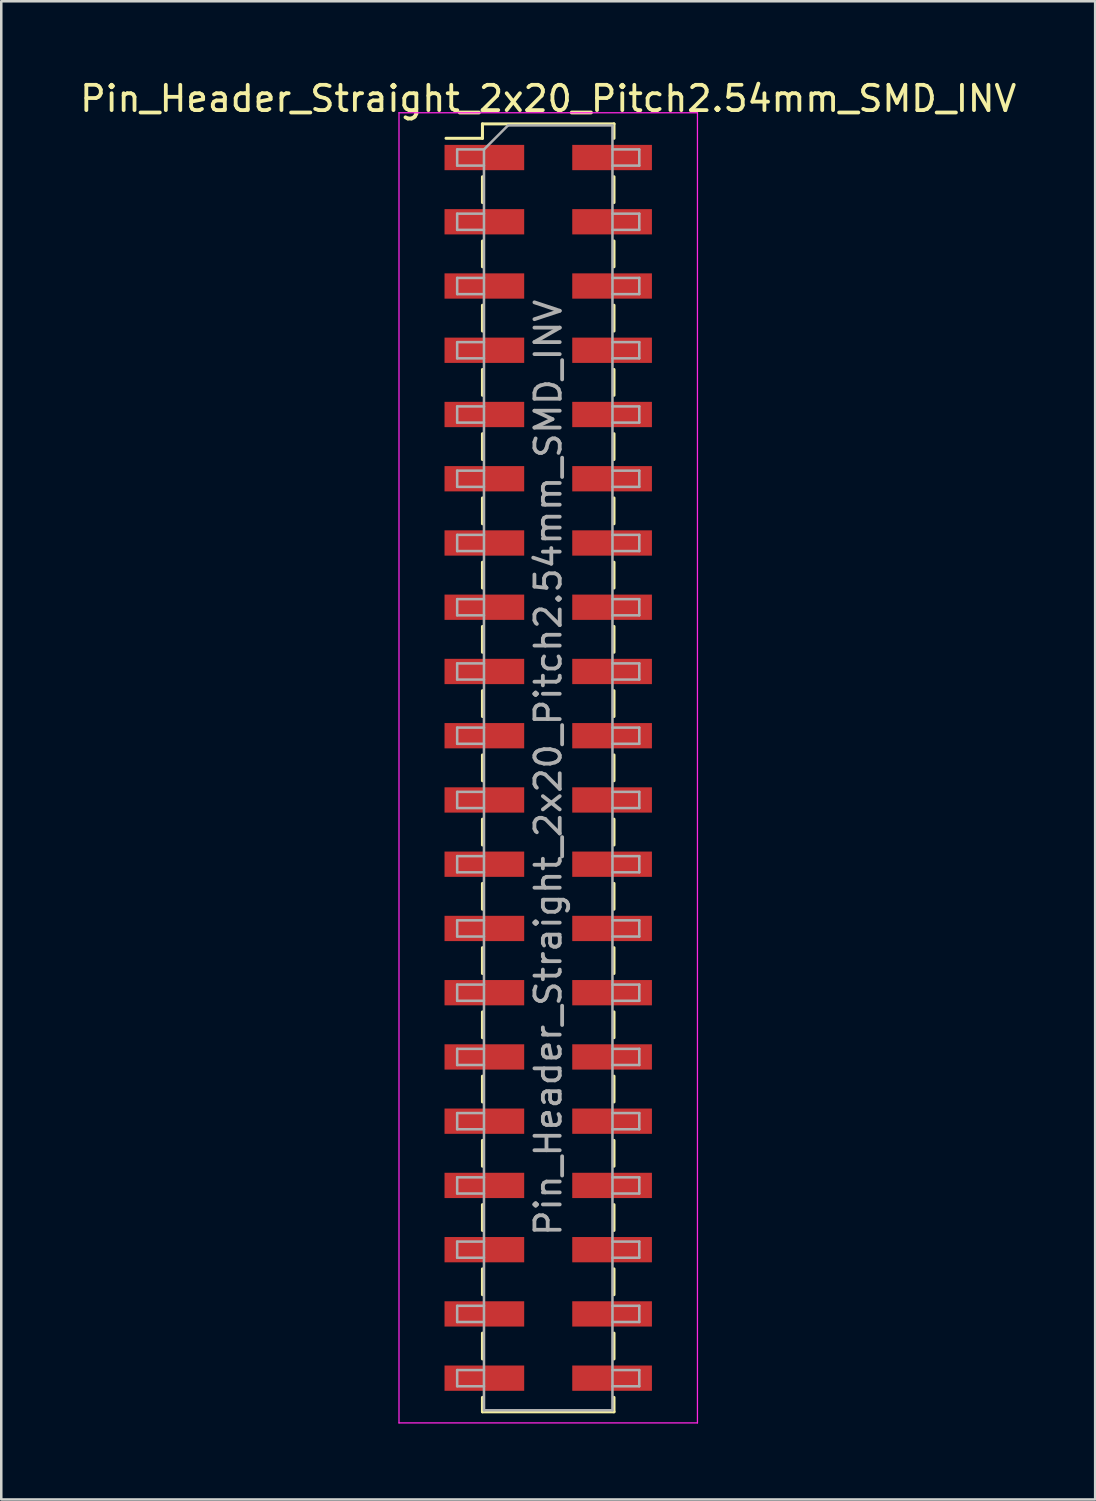
<source format=kicad_pcb>
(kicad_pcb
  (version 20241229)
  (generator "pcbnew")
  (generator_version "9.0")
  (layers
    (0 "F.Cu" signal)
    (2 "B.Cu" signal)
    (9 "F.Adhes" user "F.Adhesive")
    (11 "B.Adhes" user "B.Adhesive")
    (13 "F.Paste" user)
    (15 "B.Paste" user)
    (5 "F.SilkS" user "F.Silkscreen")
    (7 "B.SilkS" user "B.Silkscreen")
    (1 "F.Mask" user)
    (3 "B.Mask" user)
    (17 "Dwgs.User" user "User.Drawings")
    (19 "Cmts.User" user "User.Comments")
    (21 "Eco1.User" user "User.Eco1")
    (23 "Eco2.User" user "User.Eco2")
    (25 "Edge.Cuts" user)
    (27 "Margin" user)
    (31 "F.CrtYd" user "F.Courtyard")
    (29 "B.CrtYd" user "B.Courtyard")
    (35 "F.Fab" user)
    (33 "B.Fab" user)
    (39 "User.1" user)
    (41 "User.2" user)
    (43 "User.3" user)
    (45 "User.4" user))
  (footprint "Pin_Header_Straight_2x20_Pitch2.54mm_SMD_INV"
    (layer "F.Cu")
    (at 18.625 27.308)
    (property "Reference" "Pin_Header_Straight_2x20_Pitch2.54mm_SMD_INV" (at 0 -26.46 0) (layer "F.SilkS") (effects (font (size 1 1) (thickness 0.15))))
    (attr smd)
    (fp_line (start -4.04 -24.89) (end -2.6 -24.89) (stroke (width 0.12) (type solid)) (layer "F.SilkS"))
    (fp_line (start -2.6 -25.46) (end -2.6 -24.89) (stroke (width 0.12) (type solid)) (layer "F.SilkS"))
    (fp_line (start -2.6 -25.46) (end 2.6 -25.46) (stroke (width 0.12) (type solid)) (layer "F.SilkS"))
    (fp_line (start -2.6 -23.37) (end -2.6 -22.35) (stroke (width 0.12) (type solid)) (layer "F.SilkS"))
    (fp_line (start -2.6 -20.83) (end -2.6 -19.81) (stroke (width 0.12) (type solid)) (layer "F.SilkS"))
    (fp_line (start -2.6 -18.29) (end -2.6 -17.27) (stroke (width 0.12) (type solid)) (layer "F.SilkS"))
    (fp_line (start -2.6 -15.75) (end -2.6 -14.73) (stroke (width 0.12) (type solid)) (layer "F.SilkS"))
    (fp_line (start -2.6 -13.21) (end -2.6 -12.19) (stroke (width 0.12) (type solid)) (layer "F.SilkS"))
    (fp_line (start -2.6 -10.67) (end -2.6 -9.65) (stroke (width 0.12) (type solid)) (layer "F.SilkS"))
    (fp_line (start -2.6 -8.13) (end -2.6 -7.11) (stroke (width 0.12) (type solid)) (layer "F.SilkS"))
    (fp_line (start -2.6 -5.59) (end -2.6 -4.57) (stroke (width 0.12) (type solid)) (layer "F.SilkS"))
    (fp_line (start -2.6 -3.05) (end -2.6 -2.03) (stroke (width 0.12) (type solid)) (layer "F.SilkS"))
    (fp_line (start -2.6 -0.51) (end -2.6 0.51) (stroke (width 0.12) (type solid)) (layer "F.SilkS"))
    (fp_line (start -2.6 2.03) (end -2.6 3.05) (stroke (width 0.12) (type solid)) (layer "F.SilkS"))
    (fp_line (start -2.6 4.57) (end -2.6 5.59) (stroke (width 0.12) (type solid)) (layer "F.SilkS"))
    (fp_line (start -2.6 7.11) (end -2.6 8.13) (stroke (width 0.12) (type solid)) (layer "F.SilkS"))
    (fp_line (start -2.6 9.65) (end -2.6 10.67) (stroke (width 0.12) (type solid)) (layer "F.SilkS"))
    (fp_line (start -2.6 12.19) (end -2.6 13.21) (stroke (width 0.12) (type solid)) (layer "F.SilkS"))
    (fp_line (start -2.6 14.73) (end -2.6 15.75) (stroke (width 0.12) (type solid)) (layer "F.SilkS"))
    (fp_line (start -2.6 17.27) (end -2.6 18.29) (stroke (width 0.12) (type solid)) (layer "F.SilkS"))
    (fp_line (start -2.6 19.81) (end -2.6 20.83) (stroke (width 0.12) (type solid)) (layer "F.SilkS"))
    (fp_line (start -2.6 22.35) (end -2.6 23.37) (stroke (width 0.12) (type solid)) (layer "F.SilkS"))
    (fp_line (start -2.6 24.89) (end -2.6 25.46) (stroke (width 0.12) (type solid)) (layer "F.SilkS"))
    (fp_line (start -2.6 25.46) (end 2.6 25.46) (stroke (width 0.12) (type solid)) (layer "F.SilkS"))
    (fp_line (start 2.6 -25.46) (end 2.6 -24.89) (stroke (width 0.12) (type solid)) (layer "F.SilkS"))
    (fp_line (start 2.6 -23.37) (end 2.6 -22.35) (stroke (width 0.12) (type solid)) (layer "F.SilkS"))
    (fp_line (start 2.6 -20.83) (end 2.6 -19.81) (stroke (width 0.12) (type solid)) (layer "F.SilkS"))
    (fp_line (start 2.6 -18.29) (end 2.6 -17.27) (stroke (width 0.12) (type solid)) (layer "F.SilkS"))
    (fp_line (start 2.6 -15.75) (end 2.6 -14.73) (stroke (width 0.12) (type solid)) (layer "F.SilkS"))
    (fp_line (start 2.6 -13.21) (end 2.6 -12.19) (stroke (width 0.12) (type solid)) (layer "F.SilkS"))
    (fp_line (start 2.6 -10.67) (end 2.6 -9.65) (stroke (width 0.12) (type solid)) (layer "F.SilkS"))
    (fp_line (start 2.6 -8.13) (end 2.6 -7.11) (stroke (width 0.12) (type solid)) (layer "F.SilkS"))
    (fp_line (start 2.6 -5.59) (end 2.6 -4.57) (stroke (width 0.12) (type solid)) (layer "F.SilkS"))
    (fp_line (start 2.6 -3.05) (end 2.6 -2.03) (stroke (width 0.12) (type solid)) (layer "F.SilkS"))
    (fp_line (start 2.6 -0.51) (end 2.6 0.51) (stroke (width 0.12) (type solid)) (layer "F.SilkS"))
    (fp_line (start 2.6 2.03) (end 2.6 3.05) (stroke (width 0.12) (type solid)) (layer "F.SilkS"))
    (fp_line (start 2.6 4.57) (end 2.6 5.59) (stroke (width 0.12) (type solid)) (layer "F.SilkS"))
    (fp_line (start 2.6 7.11) (end 2.6 8.13) (stroke (width 0.12) (type solid)) (layer "F.SilkS"))
    (fp_line (start 2.6 9.65) (end 2.6 10.67) (stroke (width 0.12) (type solid)) (layer "F.SilkS"))
    (fp_line (start 2.6 12.19) (end 2.6 13.21) (stroke (width 0.12) (type solid)) (layer "F.SilkS"))
    (fp_line (start 2.6 14.73) (end 2.6 15.75) (stroke (width 0.12) (type solid)) (layer "F.SilkS"))
    (fp_line (start 2.6 17.27) (end 2.6 18.29) (stroke (width 0.12) (type solid)) (layer "F.SilkS"))
    (fp_line (start 2.6 19.81) (end 2.6 20.83) (stroke (width 0.12) (type solid)) (layer "F.SilkS"))
    (fp_line (start 2.6 22.35) (end 2.6 23.37) (stroke (width 0.12) (type solid)) (layer "F.SilkS"))
    (fp_line (start 2.6 24.89) (end 2.6 25.46) (stroke (width 0.12) (type solid)) (layer "F.SilkS"))
    (fp_line (start -5.9 -25.9) (end -5.9 25.9) (stroke (width 0.05) (type solid)) (layer "F.CrtYd"))
    (fp_line (start -5.9 25.9) (end 5.9 25.9) (stroke (width 0.05) (type solid)) (layer "F.CrtYd"))
    (fp_line (start 5.9 -25.9) (end -5.9 -25.9) (stroke (width 0.05) (type solid)) (layer "F.CrtYd"))
    (fp_line (start 5.9 25.9) (end 5.9 -25.9) (stroke (width 0.05) (type solid)) (layer "F.CrtYd"))
    (fp_line (start -3.6 -24.45) (end -3.6 -23.81) (stroke (width 0.1) (type solid)) (layer "F.Fab"))
    (fp_line (start -3.6 -23.81) (end -2.54 -23.81) (stroke (width 0.1) (type solid)) (layer "F.Fab"))
    (fp_line (start -3.6 -21.91) (end -3.6 -21.27) (stroke (width 0.1) (type solid)) (layer "F.Fab"))
    (fp_line (start -3.6 -21.27) (end -2.54 -21.27) (stroke (width 0.1) (type solid)) (layer "F.Fab"))
    (fp_line (start -3.6 -19.37) (end -3.6 -18.73) (stroke (width 0.1) (type solid)) (layer "F.Fab"))
    (fp_line (start -3.6 -18.73) (end -2.54 -18.73) (stroke (width 0.1) (type solid)) (layer "F.Fab"))
    (fp_line (start -3.6 -16.83) (end -3.6 -16.19) (stroke (width 0.1) (type solid)) (layer "F.Fab"))
    (fp_line (start -3.6 -16.19) (end -2.54 -16.19) (stroke (width 0.1) (type solid)) (layer "F.Fab"))
    (fp_line (start -3.6 -14.29) (end -3.6 -13.65) (stroke (width 0.1) (type solid)) (layer "F.Fab"))
    (fp_line (start -3.6 -13.65) (end -2.54 -13.65) (stroke (width 0.1) (type solid)) (layer "F.Fab"))
    (fp_line (start -3.6 -11.75) (end -3.6 -11.11) (stroke (width 0.1) (type solid)) (layer "F.Fab"))
    (fp_line (start -3.6 -11.11) (end -2.54 -11.11) (stroke (width 0.1) (type solid)) (layer "F.Fab"))
    (fp_line (start -3.6 -9.21) (end -3.6 -8.57) (stroke (width 0.1) (type solid)) (layer "F.Fab"))
    (fp_line (start -3.6 -8.57) (end -2.54 -8.57) (stroke (width 0.1) (type solid)) (layer "F.Fab"))
    (fp_line (start -3.6 -6.67) (end -3.6 -6.03) (stroke (width 0.1) (type solid)) (layer "F.Fab"))
    (fp_line (start -3.6 -6.03) (end -2.54 -6.03) (stroke (width 0.1) (type solid)) (layer "F.Fab"))
    (fp_line (start -3.6 -4.13) (end -3.6 -3.49) (stroke (width 0.1) (type solid)) (layer "F.Fab"))
    (fp_line (start -3.6 -3.49) (end -2.54 -3.49) (stroke (width 0.1) (type solid)) (layer "F.Fab"))
    (fp_line (start -3.6 -1.59) (end -3.6 -0.95) (stroke (width 0.1) (type solid)) (layer "F.Fab"))
    (fp_line (start -3.6 -0.95) (end -2.54 -0.95) (stroke (width 0.1) (type solid)) (layer "F.Fab"))
    (fp_line (start -3.6 0.95) (end -3.6 1.59) (stroke (width 0.1) (type solid)) (layer "F.Fab"))
    (fp_line (start -3.6 1.59) (end -2.54 1.59) (stroke (width 0.1) (type solid)) (layer "F.Fab"))
    (fp_line (start -3.6 3.49) (end -3.6 4.13) (stroke (width 0.1) (type solid)) (layer "F.Fab"))
    (fp_line (start -3.6 4.13) (end -2.54 4.13) (stroke (width 0.1) (type solid)) (layer "F.Fab"))
    (fp_line (start -3.6 6.03) (end -3.6 6.67) (stroke (width 0.1) (type solid)) (layer "F.Fab"))
    (fp_line (start -3.6 6.67) (end -2.54 6.67) (stroke (width 0.1) (type solid)) (layer "F.Fab"))
    (fp_line (start -3.6 8.57) (end -3.6 9.21) (stroke (width 0.1) (type solid)) (layer "F.Fab"))
    (fp_line (start -3.6 9.21) (end -2.54 9.21) (stroke (width 0.1) (type solid)) (layer "F.Fab"))
    (fp_line (start -3.6 11.11) (end -3.6 11.75) (stroke (width 0.1) (type solid)) (layer "F.Fab"))
    (fp_line (start -3.6 11.75) (end -2.54 11.75) (stroke (width 0.1) (type solid)) (layer "F.Fab"))
    (fp_line (start -3.6 13.65) (end -3.6 14.29) (stroke (width 0.1) (type solid)) (layer "F.Fab"))
    (fp_line (start -3.6 14.29) (end -2.54 14.29) (stroke (width 0.1) (type solid)) (layer "F.Fab"))
    (fp_line (start -3.6 16.19) (end -3.6 16.83) (stroke (width 0.1) (type solid)) (layer "F.Fab"))
    (fp_line (start -3.6 16.83) (end -2.54 16.83) (stroke (width 0.1) (type solid)) (layer "F.Fab"))
    (fp_line (start -3.6 18.73) (end -3.6 19.37) (stroke (width 0.1) (type solid)) (layer "F.Fab"))
    (fp_line (start -3.6 19.37) (end -2.54 19.37) (stroke (width 0.1) (type solid)) (layer "F.Fab"))
    (fp_line (start -3.6 21.27) (end -3.6 21.91) (stroke (width 0.1) (type solid)) (layer "F.Fab"))
    (fp_line (start -3.6 21.91) (end -2.54 21.91) (stroke (width 0.1) (type solid)) (layer "F.Fab"))
    (fp_line (start -3.6 23.81) (end -3.6 24.45) (stroke (width 0.1) (type solid)) (layer "F.Fab"))
    (fp_line (start -3.6 24.45) (end -2.54 24.45) (stroke (width 0.1) (type solid)) (layer "F.Fab"))
    (fp_line (start -2.54 -24.45) (end -3.6 -24.45) (stroke (width 0.1) (type solid)) (layer "F.Fab"))
    (fp_line (start -2.54 -24.45) (end -1.59 -25.4) (stroke (width 0.1) (type solid)) (layer "F.Fab"))
    (fp_line (start -2.54 -21.91) (end -3.6 -21.91) (stroke (width 0.1) (type solid)) (layer "F.Fab"))
    (fp_line (start -2.54 -19.37) (end -3.6 -19.37) (stroke (width 0.1) (type solid)) (layer "F.Fab"))
    (fp_line (start -2.54 -16.83) (end -3.6 -16.83) (stroke (width 0.1) (type solid)) (layer "F.Fab"))
    (fp_line (start -2.54 -14.29) (end -3.6 -14.29) (stroke (width 0.1) (type solid)) (layer "F.Fab"))
    (fp_line (start -2.54 -11.75) (end -3.6 -11.75) (stroke (width 0.1) (type solid)) (layer "F.Fab"))
    (fp_line (start -2.54 -9.21) (end -3.6 -9.21) (stroke (width 0.1) (type solid)) (layer "F.Fab"))
    (fp_line (start -2.54 -6.67) (end -3.6 -6.67) (stroke (width 0.1) (type solid)) (layer "F.Fab"))
    (fp_line (start -2.54 -4.13) (end -3.6 -4.13) (stroke (width 0.1) (type solid)) (layer "F.Fab"))
    (fp_line (start -2.54 -1.59) (end -3.6 -1.59) (stroke (width 0.1) (type solid)) (layer "F.Fab"))
    (fp_line (start -2.54 0.95) (end -3.6 0.95) (stroke (width 0.1) (type solid)) (layer "F.Fab"))
    (fp_line (start -2.54 3.49) (end -3.6 3.49) (stroke (width 0.1) (type solid)) (layer "F.Fab"))
    (fp_line (start -2.54 6.03) (end -3.6 6.03) (stroke (width 0.1) (type solid)) (layer "F.Fab"))
    (fp_line (start -2.54 8.57) (end -3.6 8.57) (stroke (width 0.1) (type solid)) (layer "F.Fab"))
    (fp_line (start -2.54 11.11) (end -3.6 11.11) (stroke (width 0.1) (type solid)) (layer "F.Fab"))
    (fp_line (start -2.54 13.65) (end -3.6 13.65) (stroke (width 0.1) (type solid)) (layer "F.Fab"))
    (fp_line (start -2.54 16.19) (end -3.6 16.19) (stroke (width 0.1) (type solid)) (layer "F.Fab"))
    (fp_line (start -2.54 18.73) (end -3.6 18.73) (stroke (width 0.1) (type solid)) (layer "F.Fab"))
    (fp_line (start -2.54 21.27) (end -3.6 21.27) (stroke (width 0.1) (type solid)) (layer "F.Fab"))
    (fp_line (start -2.54 23.81) (end -3.6 23.81) (stroke (width 0.1) (type solid)) (layer "F.Fab"))
    (fp_line (start -2.54 25.4) (end -2.54 -24.45) (stroke (width 0.1) (type solid)) (layer "F.Fab"))
    (fp_line (start -1.59 -25.4) (end 2.54 -25.4) (stroke (width 0.1) (type solid)) (layer "F.Fab"))
    (fp_line (start 2.54 -25.4) (end 2.54 25.4) (stroke (width 0.1) (type solid)) (layer "F.Fab"))
    (fp_line (start 2.54 -24.45) (end 3.6 -24.45) (stroke (width 0.1) (type solid)) (layer "F.Fab"))
    (fp_line (start 2.54 -21.91) (end 3.6 -21.91) (stroke (width 0.1) (type solid)) (layer "F.Fab"))
    (fp_line (start 2.54 -19.37) (end 3.6 -19.37) (stroke (width 0.1) (type solid)) (layer "F.Fab"))
    (fp_line (start 2.54 -16.83) (end 3.6 -16.83) (stroke (width 0.1) (type solid)) (layer "F.Fab"))
    (fp_line (start 2.54 -14.29) (end 3.6 -14.29) (stroke (width 0.1) (type solid)) (layer "F.Fab"))
    (fp_line (start 2.54 -11.75) (end 3.6 -11.75) (stroke (width 0.1) (type solid)) (layer "F.Fab"))
    (fp_line (start 2.54 -9.21) (end 3.6 -9.21) (stroke (width 0.1) (type solid)) (layer "F.Fab"))
    (fp_line (start 2.54 -6.67) (end 3.6 -6.67) (stroke (width 0.1) (type solid)) (layer "F.Fab"))
    (fp_line (start 2.54 -4.13) (end 3.6 -4.13) (stroke (width 0.1) (type solid)) (layer "F.Fab"))
    (fp_line (start 2.54 -1.59) (end 3.6 -1.59) (stroke (width 0.1) (type solid)) (layer "F.Fab"))
    (fp_line (start 2.54 0.95) (end 3.6 0.95) (stroke (width 0.1) (type solid)) (layer "F.Fab"))
    (fp_line (start 2.54 3.49) (end 3.6 3.49) (stroke (width 0.1) (type solid)) (layer "F.Fab"))
    (fp_line (start 2.54 6.03) (end 3.6 6.03) (stroke (width 0.1) (type solid)) (layer "F.Fab"))
    (fp_line (start 2.54 8.57) (end 3.6 8.57) (stroke (width 0.1) (type solid)) (layer "F.Fab"))
    (fp_line (start 2.54 11.11) (end 3.6 11.11) (stroke (width 0.1) (type solid)) (layer "F.Fab"))
    (fp_line (start 2.54 13.65) (end 3.6 13.65) (stroke (width 0.1) (type solid)) (layer "F.Fab"))
    (fp_line (start 2.54 16.19) (end 3.6 16.19) (stroke (width 0.1) (type solid)) (layer "F.Fab"))
    (fp_line (start 2.54 18.73) (end 3.6 18.73) (stroke (width 0.1) (type solid)) (layer "F.Fab"))
    (fp_line (start 2.54 21.27) (end 3.6 21.27) (stroke (width 0.1) (type solid)) (layer "F.Fab"))
    (fp_line (start 2.54 23.81) (end 3.6 23.81) (stroke (width 0.1) (type solid)) (layer "F.Fab"))
    (fp_line (start 2.54 25.4) (end -2.54 25.4) (stroke (width 0.1) (type solid)) (layer "F.Fab"))
    (fp_line (start 3.6 -24.45) (end 3.6 -23.81) (stroke (width 0.1) (type solid)) (layer "F.Fab"))
    (fp_line (start 3.6 -23.81) (end 2.54 -23.81) (stroke (width 0.1) (type solid)) (layer "F.Fab"))
    (fp_line (start 3.6 -21.91) (end 3.6 -21.27) (stroke (width 0.1) (type solid)) (layer "F.Fab"))
    (fp_line (start 3.6 -21.27) (end 2.54 -21.27) (stroke (width 0.1) (type solid)) (layer "F.Fab"))
    (fp_line (start 3.6 -19.37) (end 3.6 -18.73) (stroke (width 0.1) (type solid)) (layer "F.Fab"))
    (fp_line (start 3.6 -18.73) (end 2.54 -18.73) (stroke (width 0.1) (type solid)) (layer "F.Fab"))
    (fp_line (start 3.6 -16.83) (end 3.6 -16.19) (stroke (width 0.1) (type solid)) (layer "F.Fab"))
    (fp_line (start 3.6 -16.19) (end 2.54 -16.19) (stroke (width 0.1) (type solid)) (layer "F.Fab"))
    (fp_line (start 3.6 -14.29) (end 3.6 -13.65) (stroke (width 0.1) (type solid)) (layer "F.Fab"))
    (fp_line (start 3.6 -13.65) (end 2.54 -13.65) (stroke (width 0.1) (type solid)) (layer "F.Fab"))
    (fp_line (start 3.6 -11.75) (end 3.6 -11.11) (stroke (width 0.1) (type solid)) (layer "F.Fab"))
    (fp_line (start 3.6 -11.11) (end 2.54 -11.11) (stroke (width 0.1) (type solid)) (layer "F.Fab"))
    (fp_line (start 3.6 -9.21) (end 3.6 -8.57) (stroke (width 0.1) (type solid)) (layer "F.Fab"))
    (fp_line (start 3.6 -8.57) (end 2.54 -8.57) (stroke (width 0.1) (type solid)) (layer "F.Fab"))
    (fp_line (start 3.6 -6.67) (end 3.6 -6.03) (stroke (width 0.1) (type solid)) (layer "F.Fab"))
    (fp_line (start 3.6 -6.03) (end 2.54 -6.03) (stroke (width 0.1) (type solid)) (layer "F.Fab"))
    (fp_line (start 3.6 -4.13) (end 3.6 -3.49) (stroke (width 0.1) (type solid)) (layer "F.Fab"))
    (fp_line (start 3.6 -3.49) (end 2.54 -3.49) (stroke (width 0.1) (type solid)) (layer "F.Fab"))
    (fp_line (start 3.6 -1.59) (end 3.6 -0.95) (stroke (width 0.1) (type solid)) (layer "F.Fab"))
    (fp_line (start 3.6 -0.95) (end 2.54 -0.95) (stroke (width 0.1) (type solid)) (layer "F.Fab"))
    (fp_line (start 3.6 0.95) (end 3.6 1.59) (stroke (width 0.1) (type solid)) (layer "F.Fab"))
    (fp_line (start 3.6 1.59) (end 2.54 1.59) (stroke (width 0.1) (type solid)) (layer "F.Fab"))
    (fp_line (start 3.6 3.49) (end 3.6 4.13) (stroke (width 0.1) (type solid)) (layer "F.Fab"))
    (fp_line (start 3.6 4.13) (end 2.54 4.13) (stroke (width 0.1) (type solid)) (layer "F.Fab"))
    (fp_line (start 3.6 6.03) (end 3.6 6.67) (stroke (width 0.1) (type solid)) (layer "F.Fab"))
    (fp_line (start 3.6 6.67) (end 2.54 6.67) (stroke (width 0.1) (type solid)) (layer "F.Fab"))
    (fp_line (start 3.6 8.57) (end 3.6 9.21) (stroke (width 0.1) (type solid)) (layer "F.Fab"))
    (fp_line (start 3.6 9.21) (end 2.54 9.21) (stroke (width 0.1) (type solid)) (layer "F.Fab"))
    (fp_line (start 3.6 11.11) (end 3.6 11.75) (stroke (width 0.1) (type solid)) (layer "F.Fab"))
    (fp_line (start 3.6 11.75) (end 2.54 11.75) (stroke (width 0.1) (type solid)) (layer "F.Fab"))
    (fp_line (start 3.6 13.65) (end 3.6 14.29) (stroke (width 0.1) (type solid)) (layer "F.Fab"))
    (fp_line (start 3.6 14.29) (end 2.54 14.29) (stroke (width 0.1) (type solid)) (layer "F.Fab"))
    (fp_line (start 3.6 16.19) (end 3.6 16.83) (stroke (width 0.1) (type solid)) (layer "F.Fab"))
    (fp_line (start 3.6 16.83) (end 2.54 16.83) (stroke (width 0.1) (type solid)) (layer "F.Fab"))
    (fp_line (start 3.6 18.73) (end 3.6 19.37) (stroke (width 0.1) (type solid)) (layer "F.Fab"))
    (fp_line (start 3.6 19.37) (end 2.54 19.37) (stroke (width 0.1) (type solid)) (layer "F.Fab"))
    (fp_line (start 3.6 21.27) (end 3.6 21.91) (stroke (width 0.1) (type solid)) (layer "F.Fab"))
    (fp_line (start 3.6 21.91) (end 2.54 21.91) (stroke (width 0.1) (type solid)) (layer "F.Fab"))
    (fp_line (start 3.6 23.81) (end 3.6 24.45) (stroke (width 0.1) (type solid)) (layer "F.Fab"))
    (fp_line (start 3.6 24.45) (end 2.54 24.45) (stroke (width 0.1) (type solid)) (layer "F.Fab"))
    (fp_text user "${REFERENCE}" (at 0 0 90) (layer "F.Fab") (effects (font (size 1 1) (thickness 0.15))))
    (pad "1" smd rect (at 2.525 -24.13) (size 3.15 1) (layers "F.Cu" "F.Mask" "F.Paste"))
    (pad "2" smd rect (at -2.525 -24.13) (size 3.15 1) (layers "F.Cu" "F.Mask" "F.Paste"))
    (pad "3" smd rect (at 2.525 -21.59) (size 3.15 1) (layers "F.Cu" "F.Mask" "F.Paste"))
    (pad "4" smd rect (at -2.525 -21.59) (size 3.15 1) (layers "F.Cu" "F.Mask" "F.Paste"))
    (pad "5" smd rect (at 2.525 -19.05) (size 3.15 1) (layers "F.Cu" "F.Mask" "F.Paste"))
    (pad "6" smd rect (at -2.525 -19.05) (size 3.15 1) (layers "F.Cu" "F.Mask" "F.Paste"))
    (pad "7" smd rect (at 2.525 -16.51) (size 3.15 1) (layers "F.Cu" "F.Mask" "F.Paste"))
    (pad "8" smd rect (at -2.525 -16.51) (size 3.15 1) (layers "F.Cu" "F.Mask" "F.Paste"))
    (pad "9" smd rect (at 2.525 -13.97) (size 3.15 1) (layers "F.Cu" "F.Mask" "F.Paste"))
    (pad "10" smd rect (at -2.525 -13.97) (size 3.15 1) (layers "F.Cu" "F.Mask" "F.Paste"))
    (pad "11" smd rect (at 2.525 -11.43) (size 3.15 1) (layers "F.Cu" "F.Mask" "F.Paste"))
    (pad "12" smd rect (at -2.525 -11.43) (size 3.15 1) (layers "F.Cu" "F.Mask" "F.Paste"))
    (pad "13" smd rect (at 2.525 -8.89) (size 3.15 1) (layers "F.Cu" "F.Mask" "F.Paste"))
    (pad "14" smd rect (at -2.525 -8.89) (size 3.15 1) (layers "F.Cu" "F.Mask" "F.Paste"))
    (pad "15" smd rect (at 2.525 -6.35) (size 3.15 1) (layers "F.Cu" "F.Mask" "F.Paste"))
    (pad "16" smd rect (at -2.525 -6.35) (size 3.15 1) (layers "F.Cu" "F.Mask" "F.Paste"))
    (pad "17" smd rect (at 2.525 -3.81) (size 3.15 1) (layers "F.Cu" "F.Mask" "F.Paste"))
    (pad "18" smd rect (at -2.525 -3.81) (size 3.15 1) (layers "F.Cu" "F.Mask" "F.Paste"))
    (pad "19" smd rect (at 2.525 -1.27) (size 3.15 1) (layers "F.Cu" "F.Mask" "F.Paste"))
    (pad "20" smd rect (at -2.525 -1.27) (size 3.15 1) (layers "F.Cu" "F.Mask" "F.Paste"))
    (pad "21" smd rect (at 2.525 1.27) (size 3.15 1) (layers "F.Cu" "F.Mask" "F.Paste"))
    (pad "22" smd rect (at -2.525 1.27) (size 3.15 1) (layers "F.Cu" "F.Mask" "F.Paste"))
    (pad "23" smd rect (at 2.525 3.81) (size 3.15 1) (layers "F.Cu" "F.Mask" "F.Paste"))
    (pad "24" smd rect (at -2.525 3.81) (size 3.15 1) (layers "F.Cu" "F.Mask" "F.Paste"))
    (pad "25" smd rect (at 2.525 6.35) (size 3.15 1) (layers "F.Cu" "F.Mask" "F.Paste"))
    (pad "26" smd rect (at -2.525 6.35) (size 3.15 1) (layers "F.Cu" "F.Mask" "F.Paste"))
    (pad "27" smd rect (at 2.525 8.89) (size 3.15 1) (layers "F.Cu" "F.Mask" "F.Paste"))
    (pad "28" smd rect (at -2.525 8.89) (size 3.15 1) (layers "F.Cu" "F.Mask" "F.Paste"))
    (pad "29" smd rect (at 2.525 11.43) (size 3.15 1) (layers "F.Cu" "F.Mask" "F.Paste"))
    (pad "30" smd rect (at -2.525 11.43) (size 3.15 1) (layers "F.Cu" "F.Mask" "F.Paste"))
    (pad "31" smd rect (at 2.525 13.97) (size 3.15 1) (layers "F.Cu" "F.Mask" "F.Paste"))
    (pad "32" smd rect (at -2.525 13.97) (size 3.15 1) (layers "F.Cu" "F.Mask" "F.Paste"))
    (pad "33" smd rect (at 2.525 16.51) (size 3.15 1) (layers "F.Cu" "F.Mask" "F.Paste"))
    (pad "34" smd rect (at -2.525 16.51) (size 3.15 1) (layers "F.Cu" "F.Mask" "F.Paste"))
    (pad "35" smd rect (at 2.525 19.05) (size 3.15 1) (layers "F.Cu" "F.Mask" "F.Paste"))
    (pad "36" smd rect (at -2.525 19.05) (size 3.15 1) (layers "F.Cu" "F.Mask" "F.Paste"))
    (pad "37" smd rect (at 2.525 21.59) (size 3.15 1) (layers "F.Cu" "F.Mask" "F.Paste"))
    (pad "38" smd rect (at -2.525 21.59) (size 3.15 1) (layers "F.Cu" "F.Mask" "F.Paste"))
    (pad "39" smd rect (at 2.525 24.13) (size 3.15 1) (layers "F.Cu" "F.Mask" "F.Paste"))
    (pad "40" smd rect (at -2.525 24.13) (size 3.15 1) (layers "F.Cu" "F.Mask" "F.Paste")))
  (gr_rect
    (start -3 -3)
    (end 40.25 56.233)
    (stroke (width 0.1) (type default))
    (fill no)
    (layer "Edge.Cuts")))
</source>
